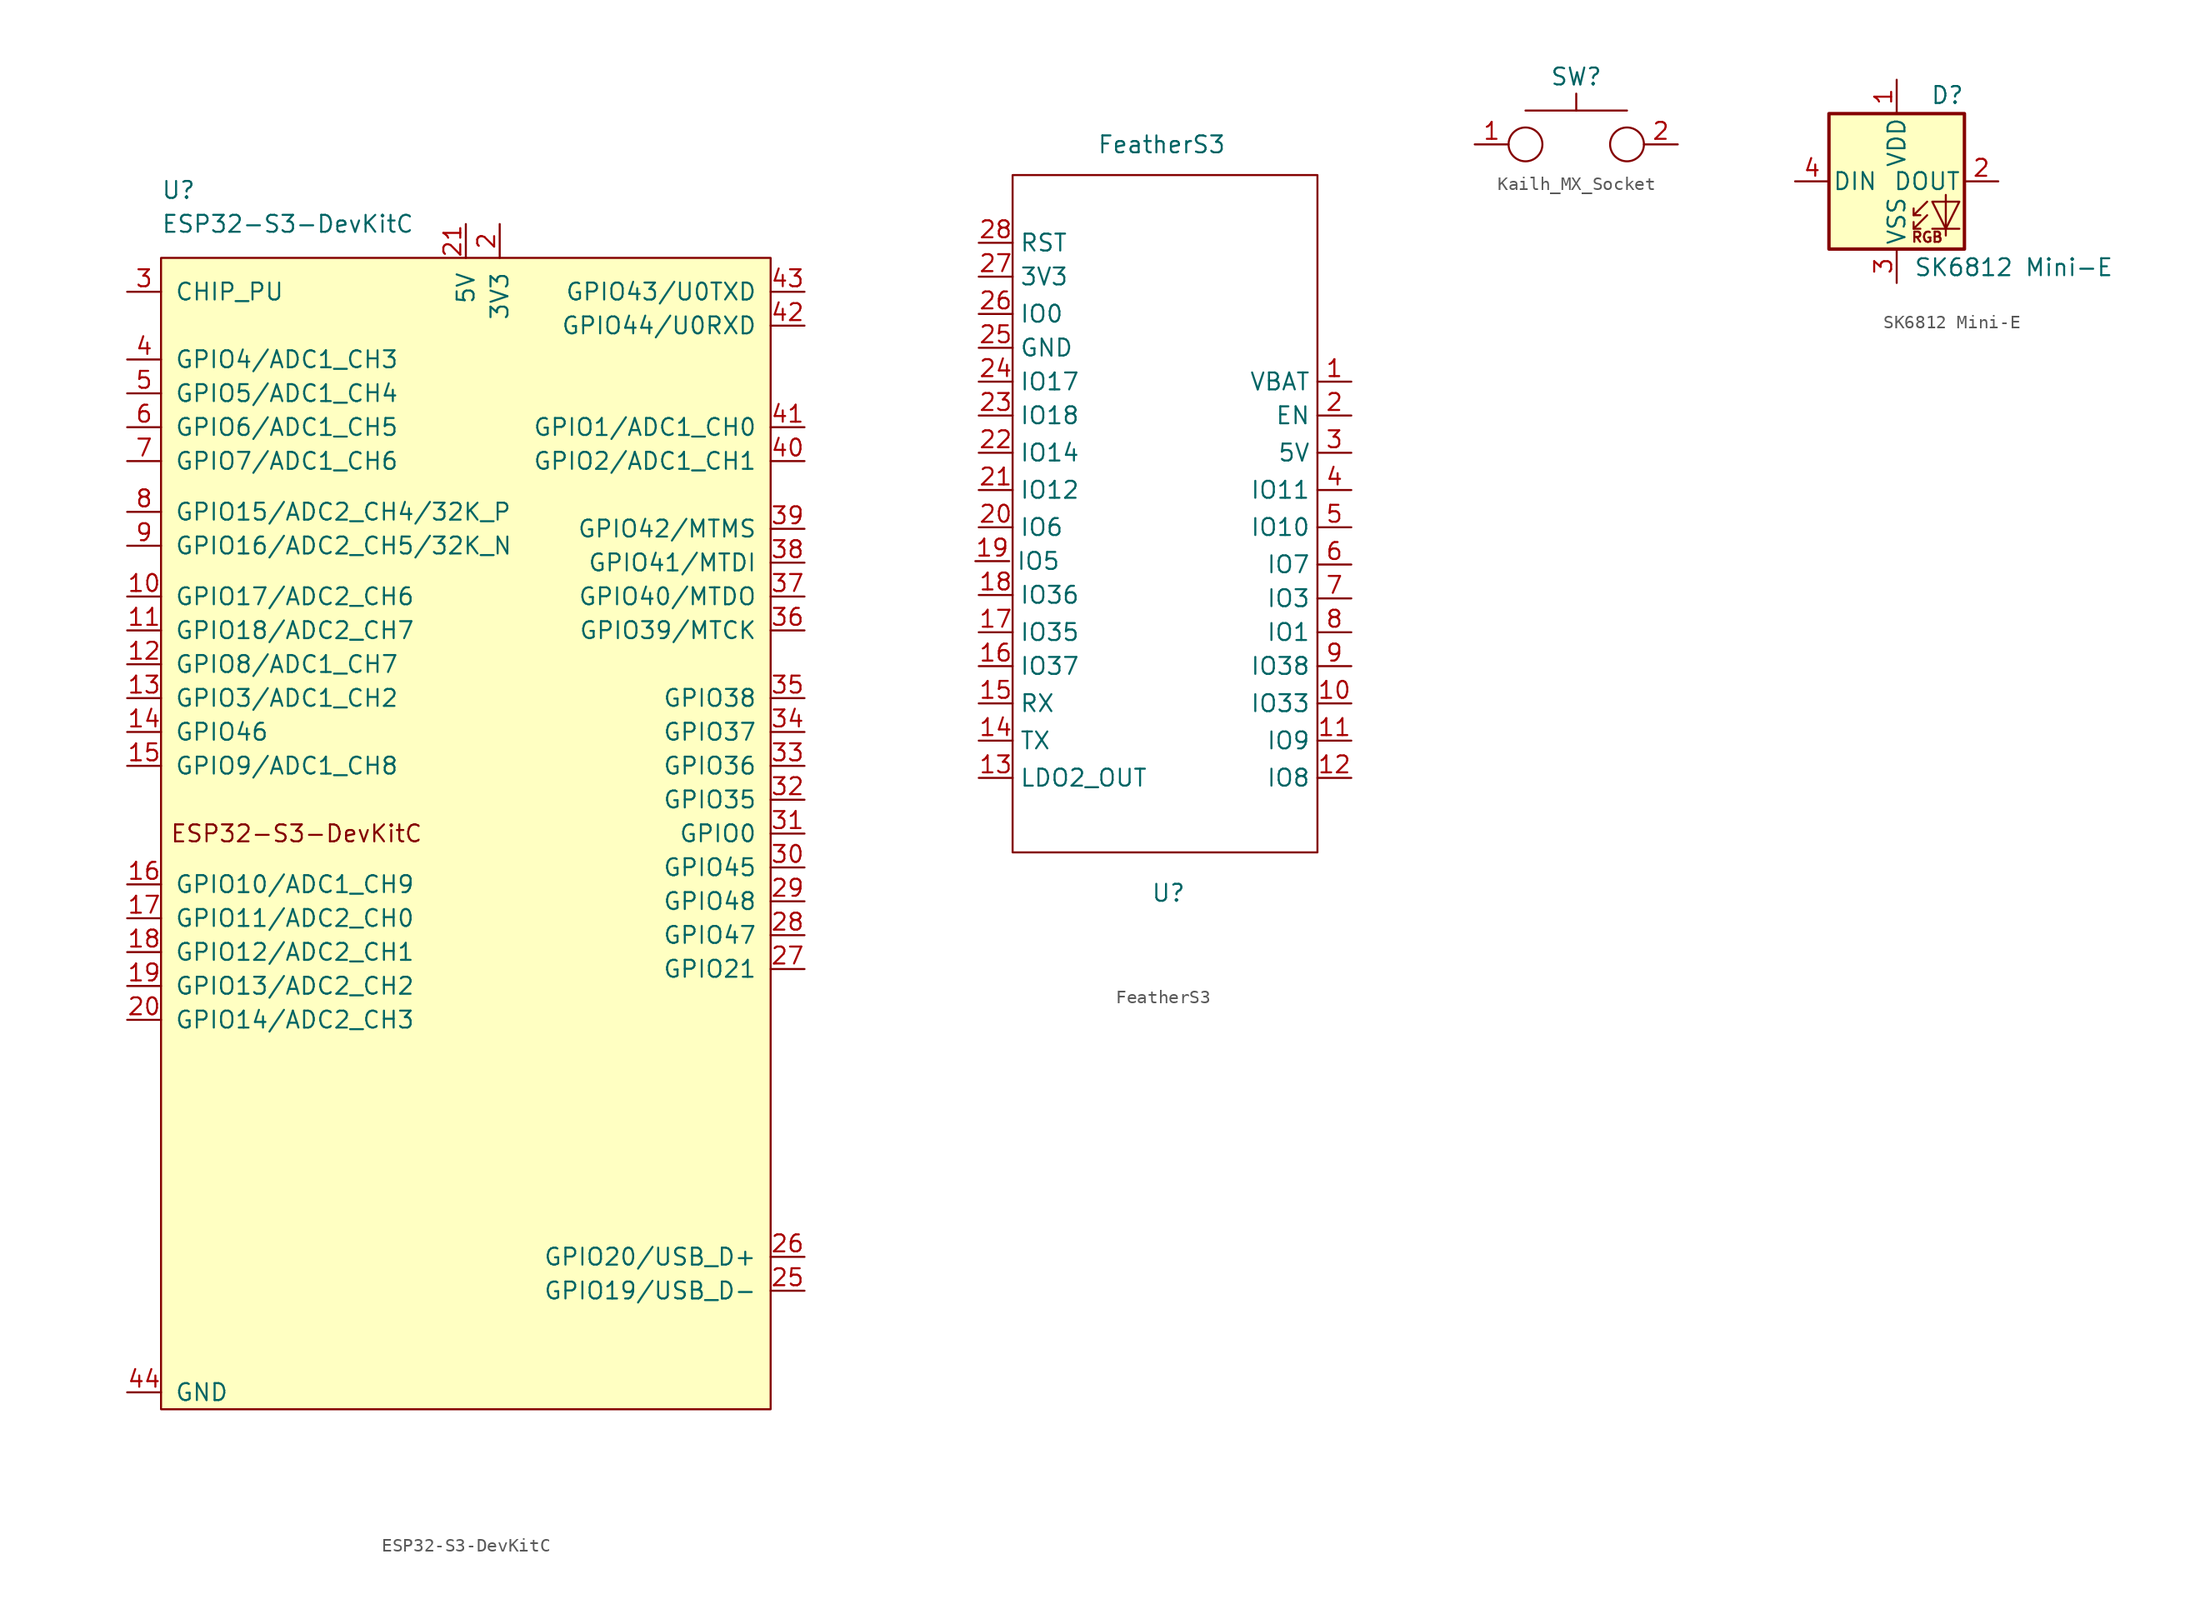
<source format=kicad_sym>
(kicad_symbol_lib
  (version 20220914)
  (generator kicad_symbol_editor)
  (symbol "ESP32-S3-DevKitC"
    (pin_names
      (offset 1.016))
    (property "Reference" "U"
      (at -22.86 48.26 0)
      (effects (font (size 1.27 1.27)) (justify left)))
    (property "Value" "ESP32-S3-DevKitC"
      (at -22.86 45.72 0)
      (effects (font (size 1.27 1.27)) (justify left)))
    (symbol "ESP32-S3-DevKitC_0_0"
      (text "ESP32-S3-DevKitC" (at -12.7 0 0) (effects (font (size 1.27 1.27))))
      (pin bidirectional line (at -25.4 7.62 0) (length 2.54) (name "GPIO46" (effects (font (size 1.27 1.27)))) (number "14" (effects (font (size 1.27 1.27)))))
      (pin bidirectional line (at -25.4 -11.43 0) (length 2.54) (name "GPIO13/ADC2_CH2" (effects (font (size 1.27 1.27)))) (number "19" (effects (font (size 1.27 1.27)))))
      (pin bidirectional line (at 25.4 22.86 180) (length 2.54) (name "GPIO42/MTMS" (effects (font (size 1.27 1.27)))) (number "39" (effects (font (size 1.27 1.27)))))
      (pin bidirectional line (at 25.4 27.94 180) (length 2.54) (name "GPIO2/ADC1_CH1" (effects (font (size 1.27 1.27)))) (number "40" (effects (font (size 1.27 1.27)))))
      (pin bidirectional line (at 25.4 30.48 180) (length 2.54) (name "GPIO1/ADC1_CH0" (effects (font (size 1.27 1.27)))) (number "41" (effects (font (size 1.27 1.27)))))
      (pin bidirectional line (at 25.4 38.1 180) (length 2.54) (name "GPIO44/U0RXD" (effects (font (size 1.27 1.27)))) (number "42" (effects (font (size 1.27 1.27)))))
      (pin bidirectional line (at 25.4 40.64 180) (length 2.54) (name "GPIO43/U0TXD" (effects (font (size 1.27 1.27)))) (number "43" (effects (font (size 1.27 1.27))))))
    (symbol "ESP32-S3-DevKitC_0_1"
      (rectangle (start -22.86 43.18) (end 22.86 -43.18) (stroke (width 0) (type default)) (fill (type background))))
    (symbol "ESP32-S3-DevKitC_1_0"
      (pin power_out line (at -25.4 -41.91 0) (length 2.54) (name "GND" (effects (font (size 1.27 1.27)))) (number "44" (effects (font (size 1.27 1.27))))))
    (symbol "ESP32-S3-DevKitC_1_1"
      (pin passive line (at 2.54 45.72 270) (length 2.54) hide (name "3V3" (effects (font (size 1.27 1.27)))) (number "1" (effects (font (size 1.27 1.27)))))
      (pin bidirectional line (at -25.4 17.78 0) (length 2.54) (name "GPIO17/ADC2_CH6" (effects (font (size 1.27 1.27)))) (number "10" (effects (font (size 1.27 1.27)))))
      (pin bidirectional line (at -25.4 15.24 0) (length 2.54) (name "GPIO18/ADC2_CH7" (effects (font (size 1.27 1.27)))) (number "11" (effects (font (size 1.27 1.27)))))
      (pin bidirectional line (at -25.4 12.7 0) (length 2.54) (name "GPIO8/ADC1_CH7" (effects (font (size 1.27 1.27)))) (number "12" (effects (font (size 1.27 1.27)))))
      (pin bidirectional line (at -25.4 10.16 0) (length 2.54) (name "GPIO3/ADC1_CH2" (effects (font (size 1.27 1.27)))) (number "13" (effects (font (size 1.27 1.27)))))
      (pin bidirectional line (at -25.4 5.08 0) (length 2.54) (name "GPIO9/ADC1_CH8" (effects (font (size 1.27 1.27)))) (number "15" (effects (font (size 1.27 1.27)))))
      (pin bidirectional line (at -25.4 -3.81 0) (length 2.54) (name "GPIO10/ADC1_CH9" (effects (font (size 1.27 1.27)))) (number "16" (effects (font (size 1.27 1.27)))))
      (pin bidirectional line (at -25.4 -6.35 0) (length 2.54) (name "GPIO11/ADC2_CH0" (effects (font (size 1.27 1.27)))) (number "17" (effects (font (size 1.27 1.27)))))
      (pin bidirectional line (at -25.4 -8.89 0) (length 2.54) (name "GPIO12/ADC2_CH1" (effects (font (size 1.27 1.27)))) (number "18" (effects (font (size 1.27 1.27)))))
      (pin power_out line (at 2.54 45.72 270) (length 2.54) (name "3V3" (effects (font (size 1.27 1.27)))) (number "2" (effects (font (size 1.27 1.27)))))
      (pin bidirectional line (at -25.4 -13.97 0) (length 2.54) (name "GPIO14/ADC2_CH3" (effects (font (size 1.27 1.27)))) (number "20" (effects (font (size 1.27 1.27)))))
      (pin power_out line (at 0 45.72 270) (length 2.54) (name "5V" (effects (font (size 1.27 1.27)))) (number "21" (effects (font (size 1.27 1.27)))))
      (pin passive line (at -25.4 -41.91 0) (length 2.54) hide (name "GND" (effects (font (size 1.27 1.27)))) (number "22" (effects (font (size 1.27 1.27)))))
      (pin passive line (at -25.4 -41.91 0) (length 2.54) hide (name "GND" (effects (font (size 1.27 1.27)))) (number "23" (effects (font (size 1.27 1.27)))))
      (pin passive line (at -25.4 -41.91 0) (length 2.54) hide (name "GND" (effects (font (size 1.27 1.27)))) (number "24" (effects (font (size 1.27 1.27)))))
      (pin bidirectional line (at 25.4 -34.29 180) (length 2.54) (name "GPIO19/USB_D-" (effects (font (size 1.27 1.27)))) (number "25" (effects (font (size 1.27 1.27)))))
      (pin bidirectional line (at 25.4 -31.75 180) (length 2.54) (name "GPIO20/USB_D+" (effects (font (size 1.27 1.27)))) (number "26" (effects (font (size 1.27 1.27)))))
      (pin bidirectional line (at 25.4 -10.16 180) (length 2.54) (name "GPIO21" (effects (font (size 1.27 1.27)))) (number "27" (effects (font (size 1.27 1.27)))))
      (pin bidirectional line (at 25.4 -7.62 180) (length 2.54) (name "GPIO47" (effects (font (size 1.27 1.27)))) (number "28" (effects (font (size 1.27 1.27)))))
      (pin bidirectional line (at 25.4 -5.08 180) (length 2.54) (name "GPIO48" (effects (font (size 1.27 1.27)))) (number "29" (effects (font (size 1.27 1.27)))))
      (pin input line (at -25.4 40.64 0) (length 2.54) (name "CHIP_PU" (effects (font (size 1.27 1.27)))) (number "3" (effects (font (size 1.27 1.27)))))
      (pin bidirectional line (at 25.4 -2.54 180) (length 2.54) (name "GPIO45" (effects (font (size 1.27 1.27)))) (number "30" (effects (font (size 1.27 1.27)))))
      (pin bidirectional line (at 25.4 0 180) (length 2.54) (name "GPIO0" (effects (font (size 1.27 1.27)))) (number "31" (effects (font (size 1.27 1.27)))))
      (pin bidirectional line (at 25.4 2.54 180) (length 2.54) (name "GPIO35" (effects (font (size 1.27 1.27)))) (number "32" (effects (font (size 1.27 1.27)))))
      (pin bidirectional line (at 25.4 5.08 180) (length 2.54) (name "GPIO36" (effects (font (size 1.27 1.27)))) (number "33" (effects (font (size 1.27 1.27)))))
      (pin bidirectional line (at 25.4 7.62 180) (length 2.54) (name "GPIO37" (effects (font (size 1.27 1.27)))) (number "34" (effects (font (size 1.27 1.27)))))
      (pin bidirectional line (at 25.4 10.16 180) (length 2.54) (name "GPIO38" (effects (font (size 1.27 1.27)))) (number "35" (effects (font (size 1.27 1.27)))))
      (pin bidirectional line (at 25.4 15.24 180) (length 2.54) (name "GPIO39/MTCK" (effects (font (size 1.27 1.27)))) (number "36" (effects (font (size 1.27 1.27)))))
      (pin bidirectional line (at 25.4 17.78 180) (length 2.54) (name "GPIO40/MTDO" (effects (font (size 1.27 1.27)))) (number "37" (effects (font (size 1.27 1.27)))))
      (pin bidirectional line (at 25.4 20.32 180) (length 2.54) (name "GPIO41/MTDI" (effects (font (size 1.27 1.27)))) (number "38" (effects (font (size 1.27 1.27)))))
      (pin bidirectional line (at -25.4 35.56 0) (length 2.54) (name "GPIO4/ADC1_CH3" (effects (font (size 1.27 1.27)))) (number "4" (effects (font (size 1.27 1.27)))))
      (pin bidirectional line (at -25.4 33.02 0) (length 2.54) (name "GPIO5/ADC1_CH4" (effects (font (size 1.27 1.27)))) (number "5" (effects (font (size 1.27 1.27)))))
      (pin bidirectional line (at -25.4 30.48 0) (length 2.54) (name "GPIO6/ADC1_CH5" (effects (font (size 1.27 1.27)))) (number "6" (effects (font (size 1.27 1.27)))))
      (pin bidirectional line (at -25.4 27.94 0) (length 2.54) (name "GPIO7/ADC1_CH6" (effects (font (size 1.27 1.27)))) (number "7" (effects (font (size 1.27 1.27)))))
      (pin bidirectional line (at -25.4 24.13 0) (length 2.54) (name "GPIO15/ADC2_CH4/32K_P" (effects (font (size 1.27 1.27)))) (number "8" (effects (font (size 1.27 1.27)))))
      (pin bidirectional line (at -25.4 21.59 0) (length 2.54) (name "GPIO16/ADC2_CH5/32K_N" (effects (font (size 1.27 1.27)))) (number "9" (effects (font (size 1.27 1.27)))))))
  (symbol "FeatherS3"
    (property "Reference" "U"
      (at 0 -34.29 0)
      (effects (font (size 1.27 1.27))))
    (property "Value" "FeatherS3"
      (at -0.508 21.844 0)
      (effects (font (size 1.27 1.27))))
    (symbol "FeatherS3_0_1"
      (rectangle (start -11.684 19.558) (end 11.176 -31.242) (stroke (width 0.152) (type default)) (fill (type none))))
    (symbol "FeatherS3_1_1"
      (pin power_in line (at 13.716 4.064 180) (length 2.54) (name "VBAT" (effects (font (size 1.27 1.27)))) (number "1" (effects (font (size 1.27 1.27)))))
      (pin bidirectional line (at 13.716 -20.066 180) (length 2.54) (name "IO33" (effects (font (size 1.27 1.27)))) (number "10" (effects (font (size 1.27 1.27)))))
      (pin bidirectional line (at 13.716 -22.86 180) (length 2.54) (name "IO9" (effects (font (size 1.27 1.27)))) (number "11" (effects (font (size 1.27 1.27)))))
      (pin bidirectional line (at 13.716 -25.654 180) (length 2.54) (name "IO8" (effects (font (size 1.27 1.27)))) (number "12" (effects (font (size 1.27 1.27)))))
      (pin power_out line (at -14.224 -25.654 0) (length 2.54) (name "LDO2_OUT" (effects (font (size 1.27 1.27)))) (number "13" (effects (font (size 1.27 1.27)))))
      (pin bidirectional line (at -14.224 -22.86 0) (length 2.54) (name "TX" (effects (font (size 1.27 1.27)))) (number "14" (effects (font (size 1.27 1.27)))))
      (pin bidirectional line (at -14.224 -20.066 0) (length 2.54) (name "RX" (effects (font (size 1.27 1.27)))) (number "15" (effects (font (size 1.27 1.27)))))
      (pin bidirectional line (at -14.224 -17.272 0) (length 2.54) (name "IO37" (effects (font (size 1.27 1.27)))) (number "16" (effects (font (size 1.27 1.27)))))
      (pin bidirectional line (at -14.224 -14.732 0) (length 2.54) (name "IO35" (effects (font (size 1.27 1.27)))) (number "17" (effects (font (size 1.27 1.27)))))
      (pin bidirectional line (at -14.224 -11.938 0) (length 2.54) (name "IO36" (effects (font (size 1.27 1.27)))) (number "18" (effects (font (size 1.27 1.27)))))
      (pin bidirectional line (at -14.478 -9.398 0) (length 2.54) (name "IO5" (effects (font (size 1.27 1.27)))) (number "19" (effects (font (size 1.27 1.27)))))
      (pin input line (at 13.716 1.524 180) (length 2.54) (name "EN" (effects (font (size 1.27 1.27)))) (number "2" (effects (font (size 1.27 1.27)))))
      (pin bidirectional line (at -14.224 -6.858 0) (length 2.54) (name "IO6" (effects (font (size 1.27 1.27)))) (number "20" (effects (font (size 1.27 1.27)))))
      (pin bidirectional line (at -14.224 -4.064 0) (length 2.54) (name "IO12" (effects (font (size 1.27 1.27)))) (number "21" (effects (font (size 1.27 1.27)))))
      (pin bidirectional line (at -14.224 -1.27 0) (length 2.54) (name "IO14" (effects (font (size 1.27 1.27)))) (number "22" (effects (font (size 1.27 1.27)))))
      (pin bidirectional line (at -14.224 1.524 0) (length 2.54) (name "IO18" (effects (font (size 1.27 1.27)))) (number "23" (effects (font (size 1.27 1.27)))))
      (pin bidirectional line (at -14.224 4.064 0) (length 2.54) (name "IO17" (effects (font (size 1.27 1.27)))) (number "24" (effects (font (size 1.27 1.27)))))
      (pin power_in line (at -14.224 6.604 0) (length 2.54) (name "GND" (effects (font (size 1.27 1.27)))) (number "25" (effects (font (size 1.27 1.27)))))
      (pin bidirectional line (at -14.224 9.144 0) (length 2.54) (name "IO0" (effects (font (size 1.27 1.27)))) (number "26" (effects (font (size 1.27 1.27)))))
      (pin power_in line (at -14.224 11.938 0) (length 2.54) (name "3V3" (effects (font (size 1.27 1.27)))) (number "27" (effects (font (size 1.27 1.27)))))
      (pin input line (at -14.224 14.478 0) (length 2.54) (name "RST" (effects (font (size 1.27 1.27)))) (number "28" (effects (font (size 1.27 1.27)))))
      (pin power_in line (at 13.716 -1.27 180) (length 2.54) (name "5V" (effects (font (size 1.27 1.27)))) (number "3" (effects (font (size 1.27 1.27)))))
      (pin bidirectional line (at 13.716 -4.064 180) (length 2.54) (name "IO11" (effects (font (size 1.27 1.27)))) (number "4" (effects (font (size 1.27 1.27)))))
      (pin bidirectional line (at 13.716 -6.858 180) (length 2.54) (name "IO10" (effects (font (size 1.27 1.27)))) (number "5" (effects (font (size 1.27 1.27)))))
      (pin bidirectional line (at 13.716 -9.652 180) (length 2.54) (name "IO7" (effects (font (size 1.27 1.27)))) (number "6" (effects (font (size 1.27 1.27)))))
      (pin bidirectional line (at 13.716 -12.192 180) (length 2.54) (name "IO3" (effects (font (size 1.27 1.27)))) (number "7" (effects (font (size 1.27 1.27)))))
      (pin bidirectional line (at 13.716 -14.732 180) (length 2.54) (name "IO1" (effects (font (size 1.27 1.27)))) (number "8" (effects (font (size 1.27 1.27)))))
      (pin bidirectional line (at 13.716 -17.272 180) (length 2.54) (name "IO38" (effects (font (size 1.27 1.27)))) (number "9" (effects (font (size 1.27 1.27)))))))
  (symbol "Kailh_MX_Socket"
    (property "Reference" "SW"
      (at 0 0 0)
      (effects (font (size 1.27 1.27))))
    (property "Value" ""
      (at 0 0 0)
      (effects (font (size 1.27 1.27))))
    (symbol "Kailh_MX_Socket_0_1"
      (circle (center -3.81 -5.08) (radius 1.27) (stroke (width 0) (type default)) (fill (type none)))
      (polyline (pts (xy -3.81 -2.54) (xy 3.81 -2.54)) (stroke (width 0) (type default)) (fill (type none)))
      (polyline (pts (xy 0 -2.54) (xy 0 -1.27)) (stroke (width 0) (type default)) (fill (type none)))
      (circle (center 3.81 -5.08) (radius 1.27) (stroke (width 0) (type default)) (fill (type none))))
    (symbol "Kailh_MX_Socket_1_1"
      (pin input line (at -7.62 -5.08 0) (length 2.54) (name "" (effects (font (size 1.27 1.27)))) (number "1" (effects (font (size 1.27 1.27)))))
      (pin input line (at 7.62 -5.08 180) (length 2.54) (name "" (effects (font (size 1.27 1.27)))) (number "2" (effects (font (size 1.27 1.27)))))))
  (symbol "SK6812 Mini-E"
    (pin_names
      (offset 0.254))
    (property "Reference" "D"
      (at 5.08 5.715 0)
      (effects (font (size 1.27 1.27)) (justify right bottom)))
    (property "Value" "SK6812 Mini-E"
      (at 1.27 -5.715 0)
      (effects (font (size 1.27 1.27)) (justify left top)))
    (symbol "SK6812 Mini-E_0_0"
      (text "RGB" (at 2.286 -4.191 0) (effects (font (size 0.762 0.762)))))
    (symbol "SK6812 Mini-E_0_1"
      (polyline (pts (xy 1.27 -3.556) (xy 1.778 -3.556)) (stroke (width 0) (type default)) (fill (type none)))
      (polyline (pts (xy 1.27 -2.54) (xy 1.778 -2.54)) (stroke (width 0) (type default)) (fill (type none)))
      (polyline (pts (xy 4.699 -3.556) (xy 2.667 -3.556)) (stroke (width 0) (type default)) (fill (type none)))
      (polyline (pts (xy 2.286 -2.54) (xy 1.27 -3.556) (xy 1.27 -3.048)) (stroke (width 0) (type default)) (fill (type none)))
      (polyline (pts (xy 2.286 -1.524) (xy 1.27 -2.54) (xy 1.27 -2.032)) (stroke (width 0) (type default)) (fill (type none)))
      (polyline (pts (xy 3.683 -1.016) (xy 3.683 -3.556) (xy 3.683 -4.064)) (stroke (width 0) (type default)) (fill (type none)))
      (polyline (pts (xy 4.699 -1.524) (xy 2.667 -1.524) (xy 3.683 -3.556) (xy 4.699 -1.524)) (stroke (width 0) (type default)) (fill (type none)))
      (rectangle (start 5.08 5.08) (end -5.08 -5.08) (stroke (width 0.254) (type default)) (fill (type background))))
    (symbol "SK6812 Mini-E_1_1"
      (pin power_in line (at 0 7.62 270) (length 2.54) (name "VDD" (effects (font (size 1.27 1.27)))) (number "1" (effects (font (size 1.27 1.27)))))
      (pin output line (at 7.62 0 180) (length 2.54) (name "DOUT" (effects (font (size 1.27 1.27)))) (number "2" (effects (font (size 1.27 1.27)))))
      (pin power_in line (at 0 -7.62 90) (length 2.54) (name "VSS" (effects (font (size 1.27 1.27)))) (number "3" (effects (font (size 1.27 1.27)))))
      (pin input line (at -7.62 0 0) (length 2.54) (name "DIN" (effects (font (size 1.27 1.27)))) (number "4" (effects (font (size 1.27 1.27))))))))
</source>
